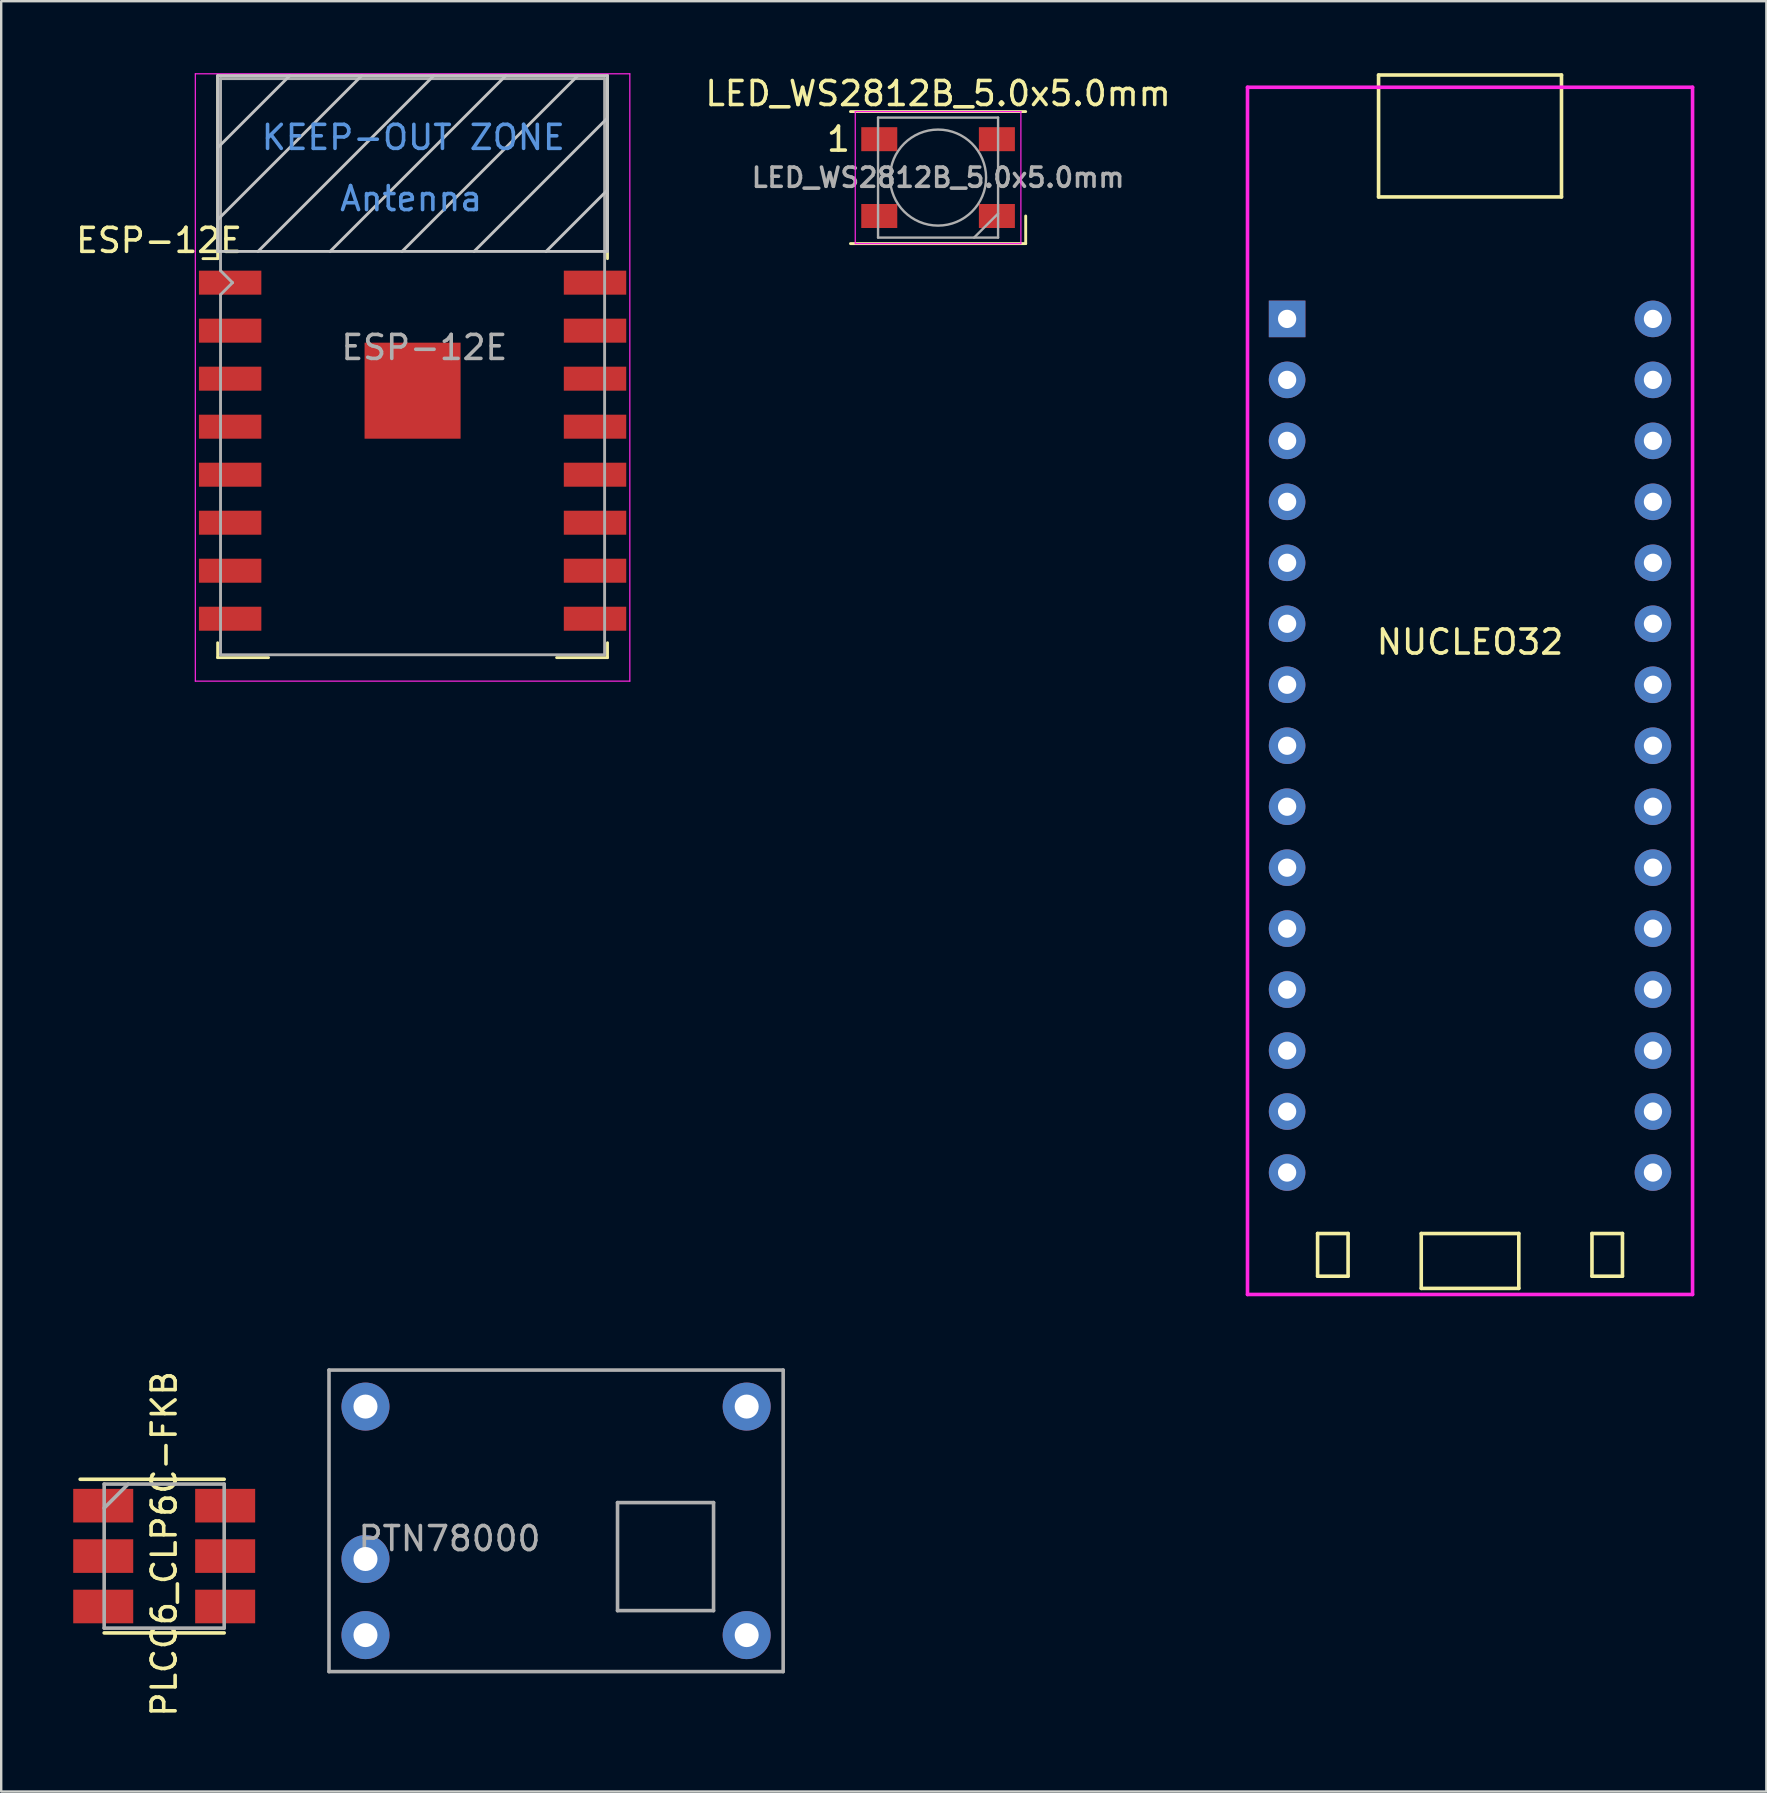
<source format=kicad_pcb>
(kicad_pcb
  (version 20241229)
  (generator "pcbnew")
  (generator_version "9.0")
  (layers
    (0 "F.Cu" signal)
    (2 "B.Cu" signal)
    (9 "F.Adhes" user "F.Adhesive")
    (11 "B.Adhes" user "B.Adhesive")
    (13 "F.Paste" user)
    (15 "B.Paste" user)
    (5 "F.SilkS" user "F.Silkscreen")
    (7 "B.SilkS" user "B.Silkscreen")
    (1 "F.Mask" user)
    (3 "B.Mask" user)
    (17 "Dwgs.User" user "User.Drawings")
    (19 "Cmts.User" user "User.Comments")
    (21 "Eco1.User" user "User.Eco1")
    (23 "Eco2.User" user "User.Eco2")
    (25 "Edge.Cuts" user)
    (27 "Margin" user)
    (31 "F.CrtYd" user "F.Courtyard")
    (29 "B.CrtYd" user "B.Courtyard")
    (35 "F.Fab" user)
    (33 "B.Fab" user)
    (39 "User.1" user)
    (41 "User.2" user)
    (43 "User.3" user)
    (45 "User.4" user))
  (footprint "ESP-12E"
    (layer "F.Cu")
    (at 14.137 12.225)
    (property "Reference" "ESP-12E" (at -10.56 -5.26 0) (layer "F.SilkS") (effects (font (size 1 1) (thickness 0.15))))
    (attr smd)
    (fp_line (start -8.12 -12.12) (end 8.12 -12.12) (stroke (width 0.12) (type solid)) (layer "F.SilkS"))
    (fp_line (start -8.12 -4.5) (end -8.73 -4.5) (stroke (width 0.12) (type solid)) (layer "F.SilkS"))
    (fp_line (start -8.12 -4.5) (end -8.12 -12.12) (stroke (width 0.12) (type solid)) (layer "F.SilkS"))
    (fp_line (start -8.12 12.12) (end -8.12 11.5) (stroke (width 0.12) (type solid)) (layer "F.SilkS"))
    (fp_line (start -6 12.12) (end -8.12 12.12) (stroke (width 0.12) (type solid)) (layer "F.SilkS"))
    (fp_line (start 8.12 -12.12) (end 8.12 -4.5) (stroke (width 0.12) (type solid)) (layer "F.SilkS"))
    (fp_line (start 8.12 11.5) (end 8.12 12.12) (stroke (width 0.12) (type solid)) (layer "F.SilkS"))
    (fp_line (start 8.12 12.12) (end 6 12.12) (stroke (width 0.12) (type solid)) (layer "F.SilkS"))
    (fp_line (start -8.12 -12.12) (end 8.12 -12.12) (stroke (width 0.12) (type solid)) (layer "Dwgs.User"))
    (fp_line (start -8.12 -9.12) (end -5.12 -12.12) (stroke (width 0.12) (type solid)) (layer "Dwgs.User"))
    (fp_line (start -8.12 -6.12) (end -2.12 -12.12) (stroke (width 0.12) (type solid)) (layer "Dwgs.User"))
    (fp_line (start -8.12 -4.8) (end -8.12 -12.12) (stroke (width 0.12) (type solid)) (layer "Dwgs.User"))
    (fp_line (start -6.44 -4.8) (end 0.88 -12.12) (stroke (width 0.12) (type solid)) (layer "Dwgs.User"))
    (fp_line (start -3.44 -4.8) (end 3.88 -12.12) (stroke (width 0.12) (type solid)) (layer "Dwgs.User"))
    (fp_line (start -0.44 -4.8) (end 6.88 -12.12) (stroke (width 0.12) (type solid)) (layer "Dwgs.User"))
    (fp_line (start 2.56 -4.8) (end 8.12 -10.36) (stroke (width 0.12) (type solid)) (layer "Dwgs.User"))
    (fp_line (start 5.56 -4.8) (end 8.12 -7.36) (stroke (width 0.12) (type solid)) (layer "Dwgs.User"))
    (fp_line (start 8.12 -12.12) (end 8.12 -4.8) (stroke (width 0.12) (type solid)) (layer "Dwgs.User"))
    (fp_line (start 8.12 -4.8) (end -8.12 -4.8) (stroke (width 0.12) (type solid)) (layer "Dwgs.User"))
    (fp_line (start -9.05 -12.2) (end 9.05 -12.2) (stroke (width 0.05) (type solid)) (layer "F.CrtYd"))
    (fp_line (start -9.05 13.1) (end -9.05 -12.2) (stroke (width 0.05) (type solid)) (layer "F.CrtYd"))
    (fp_line (start 9.05 -12.2) (end 9.05 13.1) (stroke (width 0.05) (type solid)) (layer "F.CrtYd"))
    (fp_line (start 9.05 13.1) (end -9.05 13.1) (stroke (width 0.05) (type solid)) (layer "F.CrtYd"))
    (fp_line (start -8 -12) (end 8 -12) (stroke (width 0.12) (type solid)) (layer "F.Fab"))
    (fp_line (start -8 -4) (end -8 -12) (stroke (width 0.12) (type solid)) (layer "F.Fab"))
    (fp_line (start -8 -3) (end -7.5 -3.5) (stroke (width 0.12) (type solid)) (layer "F.Fab"))
    (fp_line (start -8 12) (end -8 -3) (stroke (width 0.12) (type solid)) (layer "F.Fab"))
    (fp_line (start -7.5 -3.5) (end -8 -4) (stroke (width 0.12) (type solid)) (layer "F.Fab"))
    (fp_line (start 8 -12) (end 8 12) (stroke (width 0.12) (type solid)) (layer "F.Fab"))
    (fp_line (start 8 12) (end -8 12) (stroke (width 0.12) (type solid)) (layer "F.Fab"))
    (fp_text user "KEEP-OUT ZONE" (at 0.03 -9.55 180) (layer "Cmts.User") (effects (font (size 1 1) (thickness 0.15))))
    (fp_text user "Antenna" (at -0.06 -7 180) (layer "Cmts.User") (effects (font (size 1 1) (thickness 0.15))))
    (fp_text user "${REFERENCE}" (at 0.49 -0.8 0) (layer "F.Fab") (effects (font (size 1 1) (thickness 0.15))))
    (pad "1" smd rect (at -7.6 -3.5) (size 2.6 1) (layers "F.Cu" "F.Mask" "F.Paste"))
    (pad "2" smd rect (at -7.6 -1.5) (size 2.6 1) (layers "F.Cu" "F.Mask" "F.Paste"))
    (pad "3" smd rect (at -7.6 0.5) (size 2.6 1) (layers "F.Cu" "F.Mask" "F.Paste"))
    (pad "4" smd rect (at -7.6 2.5) (size 2.6 1) (layers "F.Cu" "F.Mask" "F.Paste"))
    (pad "5" smd rect (at -7.6 4.5) (size 2.6 1) (layers "F.Cu" "F.Mask" "F.Paste"))
    (pad "6" smd rect (at -7.6 6.5) (size 2.6 1) (layers "F.Cu" "F.Mask" "F.Paste"))
    (pad "7" smd rect (at -7.6 8.5) (size 2.6 1) (layers "F.Cu" "F.Mask" "F.Paste"))
    (pad "8" smd rect (at -7.6 10.5) (size 2.6 1) (layers "F.Cu" "F.Mask" "F.Paste"))
    (pad "9" smd rect (at 7.6 10.5) (size 2.6 1) (layers "F.Cu" "F.Mask" "F.Paste"))
    (pad "10" smd rect (at 7.6 8.5) (size 2.6 1) (layers "F.Cu" "F.Mask" "F.Paste"))
    (pad "11" smd rect (at 7.6 6.5) (size 2.6 1) (layers "F.Cu" "F.Mask" "F.Paste"))
    (pad "12" smd rect (at 7.6 4.5) (size 2.6 1) (layers "F.Cu" "F.Mask" "F.Paste"))
    (pad "13" smd rect (at 7.6 2.5) (size 2.6 1) (layers "F.Cu" "F.Mask" "F.Paste"))
    (pad "14" smd rect (at 7.6 0.5) (size 2.6 1) (layers "F.Cu" "F.Mask" "F.Paste"))
    (pad "15" smd rect (at 7.6 -1.5) (size 2.6 1) (layers "F.Cu" "F.Mask" "F.Paste"))
    (pad "16" smd rect (at 7.6 -3.5) (size 2.6 1) (layers "F.Cu" "F.Mask" "F.Paste"))
    (pad "17" smd rect (at 0 1) (size 4 4) (layers "F.Cu" "F.Mask" "F.Paste")))
  (footprint "NUCLEO32"
    (layer "F.Cu")
    (at 58.188 28.015)
    (property "Reference" "NUCLEO32" (at 0 -4.318 0) (layer "F.SilkS") (effects (font (size 1 1) (thickness 0.15))))
    (attr through_hole)
    (fp_line (start -6.35 20.32) (end -6.35 22.098) (stroke (width 0.15) (type solid)) (layer "F.SilkS"))
    (fp_line (start -6.35 22.098) (end -5.08 22.098) (stroke (width 0.15) (type solid)) (layer "F.SilkS"))
    (fp_line (start -5.08 20.32) (end -6.35 20.32) (stroke (width 0.15) (type solid)) (layer "F.SilkS"))
    (fp_line (start -5.08 22.098) (end -5.08 20.32) (stroke (width 0.15) (type solid)) (layer "F.SilkS"))
    (fp_line (start -3.81 -27.94) (end 3.81 -27.94) (stroke (width 0.15) (type solid)) (layer "F.SilkS"))
    (fp_line (start -3.81 -22.86) (end -3.81 -27.94) (stroke (width 0.15) (type solid)) (layer "F.SilkS"))
    (fp_line (start -2.032 20.32) (end 2.032 20.32) (stroke (width 0.15) (type solid)) (layer "F.SilkS"))
    (fp_line (start -2.032 22.606) (end -2.032 20.32) (stroke (width 0.15) (type solid)) (layer "F.SilkS"))
    (fp_line (start 2.032 20.32) (end 2.032 22.606) (stroke (width 0.15) (type solid)) (layer "F.SilkS"))
    (fp_line (start 2.032 22.606) (end -2.032 22.606) (stroke (width 0.15) (type solid)) (layer "F.SilkS"))
    (fp_line (start 3.81 -27.94) (end 3.81 -22.86) (stroke (width 0.15) (type solid)) (layer "F.SilkS"))
    (fp_line (start 3.81 -22.86) (end -3.81 -22.86) (stroke (width 0.15) (type solid)) (layer "F.SilkS"))
    (fp_line (start 5.08 20.32) (end 5.08 22.098) (stroke (width 0.15) (type solid)) (layer "F.SilkS"))
    (fp_line (start 5.08 22.098) (end 6.35 22.098) (stroke (width 0.15) (type solid)) (layer "F.SilkS"))
    (fp_line (start 6.35 20.32) (end 5.08 20.32) (stroke (width 0.15) (type solid)) (layer "F.SilkS"))
    (fp_line (start 6.35 22.098) (end 6.35 20.32) (stroke (width 0.15) (type solid)) (layer "F.SilkS"))
    (fp_line (start -9.27 -27.43) (end -9.27 22.86) (stroke (width 0.15) (type solid)) (layer "F.CrtYd"))
    (fp_line (start -9.27 22.86) (end 9.27 22.86) (stroke (width 0.15) (type solid)) (layer "F.CrtYd"))
    (fp_line (start 9.27 -27.43) (end -9.27 -27.43) (stroke (width 0.15) (type solid)) (layer "F.CrtYd"))
    (fp_line (start 9.27 22.86) (end 9.27 -27.43) (stroke (width 0.15) (type solid)) (layer "F.CrtYd"))
    (pad "1" thru_hole rect (at -7.62 -17.78) (size 1.524 1.524) (drill 0.762) (layers "*.Cu" "*.Mask"))
    (pad "2" thru_hole circle (at -7.62 -15.24) (size 1.524 1.524) (drill 0.762) (layers "*.Cu" "*.Mask"))
    (pad "3" thru_hole circle (at -7.62 -12.7) (size 1.524 1.524) (drill 0.762) (layers "*.Cu" "*.Mask"))
    (pad "4" thru_hole circle (at -7.62 -10.16) (size 1.524 1.524) (drill 0.762) (layers "*.Cu" "*.Mask"))
    (pad "5" thru_hole circle (at -7.62 -7.62) (size 1.524 1.524) (drill 0.762) (layers "*.Cu" "*.Mask"))
    (pad "6" thru_hole circle (at -7.62 -5.08) (size 1.524 1.524) (drill 0.762) (layers "*.Cu" "*.Mask"))
    (pad "7" thru_hole circle (at -7.62 -2.54) (size 1.524 1.524) (drill 0.762) (layers "*.Cu" "*.Mask"))
    (pad "8" thru_hole circle (at -7.62 0) (size 1.524 1.524) (drill 0.762) (layers "*.Cu" "*.Mask"))
    (pad "9" thru_hole circle (at -7.62 2.54) (size 1.524 1.524) (drill 0.762) (layers "*.Cu" "*.Mask"))
    (pad "10" thru_hole circle (at -7.62 5.08) (size 1.524 1.524) (drill 0.762) (layers "*.Cu" "*.Mask"))
    (pad "11" thru_hole circle (at -7.62 7.62) (size 1.524 1.524) (drill 0.762) (layers "*.Cu" "*.Mask"))
    (pad "12" thru_hole circle (at -7.62 10.16) (size 1.524 1.524) (drill 0.762) (layers "*.Cu" "*.Mask"))
    (pad "13" thru_hole circle (at -7.62 12.7) (size 1.524 1.524) (drill 0.762) (layers "*.Cu" "*.Mask"))
    (pad "14" thru_hole circle (at -7.62 15.24) (size 1.524 1.524) (drill 0.762) (layers "*.Cu" "*.Mask"))
    (pad "15" thru_hole circle (at -7.62 17.78) (size 1.524 1.524) (drill 0.762) (layers "*.Cu" "*.Mask"))
    (pad "16" thru_hole circle (at 7.62 17.78) (size 1.524 1.524) (drill 0.762) (layers "*.Cu" "*.Mask"))
    (pad "17" thru_hole circle (at 7.62 15.24) (size 1.524 1.524) (drill 0.762) (layers "*.Cu" "*.Mask"))
    (pad "18" thru_hole circle (at 7.62 12.7) (size 1.524 1.524) (drill 0.762) (layers "*.Cu" "*.Mask"))
    (pad "19" thru_hole circle (at 7.62 10.16) (size 1.524 1.524) (drill 0.762) (layers "*.Cu" "*.Mask"))
    (pad "20" thru_hole circle (at 7.62 7.62) (size 1.524 1.524) (drill 0.762) (layers "*.Cu" "*.Mask"))
    (pad "21" thru_hole circle (at 7.62 5.08) (size 1.524 1.524) (drill 0.762) (layers "*.Cu" "*.Mask"))
    (pad "22" thru_hole circle (at 7.62 2.54) (size 1.524 1.524) (drill 0.762) (layers "*.Cu" "*.Mask"))
    (pad "23" thru_hole circle (at 7.62 0) (size 1.524 1.524) (drill 0.762) (layers "*.Cu" "*.Mask"))
    (pad "24" thru_hole circle (at 7.62 -2.54) (size 1.524 1.524) (drill 0.762) (layers "*.Cu" "*.Mask"))
    (pad "25" thru_hole circle (at 7.62 -5.08) (size 1.524 1.524) (drill 0.762) (layers "*.Cu" "*.Mask"))
    (pad "26" thru_hole circle (at 7.62 -7.62) (size 1.524 1.524) (drill 0.762) (layers "*.Cu" "*.Mask"))
    (pad "27" thru_hole circle (at 7.62 -10.16) (size 1.524 1.524) (drill 0.762) (layers "*.Cu" "*.Mask"))
    (pad "28" thru_hole circle (at 7.62 -12.7) (size 1.524 1.524) (drill 0.762) (layers "*.Cu" "*.Mask"))
    (pad "29" thru_hole circle (at 7.62 -15.24) (size 1.524 1.524) (drill 0.762) (layers "*.Cu" "*.Mask"))
    (pad "30" thru_hole circle (at 7.62 -17.78) (size 1.524 1.524) (drill 0.762) (layers "*.Cu" "*.Mask")))
  (footprint "PTN78000"
    (layer "F.Cu")
    (at 12.175 55.545)
    (property "Reference" "PTN78000" (at 3.5 5.5 0) (layer "F.Fab") (effects (font (size 1 1) (thickness 0.15))))
    (attr through_hole)
    (fp_line (start -1.52 -1.52) (end 17.4 -1.52) (stroke (width 0.15) (type solid)) (layer "F.Fab"))
    (fp_line (start -1.52 11.04) (end -1.52 -1.52) (stroke (width 0.15) (type solid)) (layer "F.Fab"))
    (fp_line (start 10.5 4) (end 14.5 4) (stroke (width 0.15) (type solid)) (layer "F.Fab"))
    (fp_line (start 10.5 8.5) (end 10.5 4) (stroke (width 0.15) (type solid)) (layer "F.Fab"))
    (fp_line (start 14.5 4) (end 14.5 8.5) (stroke (width 0.15) (type solid)) (layer "F.Fab"))
    (fp_line (start 14.5 8.5) (end 10.5 8.5) (stroke (width 0.15) (type solid)) (layer "F.Fab"))
    (fp_line (start 17.4 -1.52) (end 17.4 11.04) (stroke (width 0.15) (type solid)) (layer "F.Fab"))
    (fp_line (start 17.4 11.04) (end -1.52 11.04) (stroke (width 0.15) (type solid)) (layer "F.Fab"))
    (pad "1" thru_hole circle (at 0 0) (size 2 2) (drill 1) (layers "*.Cu" "*.Mask"))
    (pad "2" thru_hole circle (at 0 6.35) (size 2 2) (drill 1) (layers "*.Cu" "*.Mask"))
    (pad "3" thru_hole circle (at 0 9.52) (size 2 2) (drill 1) (layers "*.Cu" "*.Mask"))
    (pad "4" thru_hole circle (at 15.88 9.52) (size 2 2) (drill 1) (layers "*.Cu" "*.Mask"))
    (pad "5" thru_hole circle (at 15.88 0) (size 2 2) (drill 1) (layers "*.Cu" "*.Mask")))
  (footprint "LED_WS2812B_5.0x5.0mm"
    (layer "F.Cu")
    (at 36.028 4.348)
    (property "Reference" "LED_WS2812B_5.0x5.0mm" (at 0 -3.5 0) (layer "F.SilkS") (effects (font (size 1 1) (thickness 0.15))))
    (attr smd)
    (fp_line (start -3.65 -2.75) (end 3.65 -2.75) (stroke (width 0.12) (type solid)) (layer "F.SilkS"))
    (fp_line (start -3.65 2.75) (end 3.65 2.75) (stroke (width 0.12) (type solid)) (layer "F.SilkS"))
    (fp_line (start 3.65 2.75) (end 3.65 1.6) (stroke (width 0.12) (type solid)) (layer "F.SilkS"))
    (fp_line (start -3.45 -2.75) (end -3.45 2.75) (stroke (width 0.05) (type solid)) (layer "F.CrtYd"))
    (fp_line (start -3.45 2.75) (end 3.45 2.75) (stroke (width 0.05) (type solid)) (layer "F.CrtYd"))
    (fp_line (start 3.45 -2.75) (end -3.45 -2.75) (stroke (width 0.05) (type solid)) (layer "F.CrtYd"))
    (fp_line (start 3.45 2.75) (end 3.45 -2.75) (stroke (width 0.05) (type solid)) (layer "F.CrtYd"))
    (fp_line (start -2.5 -2.5) (end -2.5 2.5) (stroke (width 0.1) (type solid)) (layer "F.Fab"))
    (fp_line (start -2.5 2.5) (end 2.5 2.5) (stroke (width 0.1) (type solid)) (layer "F.Fab"))
    (fp_line (start 2.5 -2.5) (end -2.5 -2.5) (stroke (width 0.1) (type solid)) (layer "F.Fab"))
    (fp_line (start 2.5 1.5) (end 1.5 2.5) (stroke (width 0.1) (type solid)) (layer "F.Fab"))
    (fp_line (start 2.5 2.5) (end 2.5 -2.5) (stroke (width 0.1) (type solid)) (layer "F.Fab"))
    (fp_circle (center 0 0) (end 0 -2) (stroke (width 0.1) (type solid)) (fill no) (layer "F.Fab"))
    (fp_text user "1" (at -4.15 -1.6 0) (layer "F.SilkS") (effects (font (size 1 1) (thickness 0.15))))
    (fp_text user "${REFERENCE}" (at 0 0 0) (layer "F.Fab") (effects (font (size 0.8 0.8) (thickness 0.15))))
    (pad "1" smd rect (at -2.45 -1.6) (size 1.5 1) (layers "F.Cu" "F.Mask" "F.Paste"))
    (pad "2" smd rect (at -2.45 1.6) (size 1.5 1) (layers "F.Cu" "F.Mask" "F.Paste"))
    (pad "3" smd rect (at 2.45 1.6) (size 1.5 1) (layers "F.Cu" "F.Mask" "F.Paste"))
    (pad "4" smd rect (at 2.45 -1.6) (size 1.5 1) (layers "F.Cu" "F.Mask" "F.Paste")))
  (footprint "PLCC6_CLP6C-FKB"
    (layer "F.Cu")
    (at 3.79 61.773)
    (property "Reference" "PLCC6_CLP6C-FKB" (at 0 -0.508 90) (layer "F.SilkS") (effects (font (size 1 1) (thickness 0.15))))
    (attr through_hole)
    (fp_line (start -3.5 -3.2) (end 2.5 -3.2) (stroke (width 0.15) (type solid)) (layer "F.SilkS"))
    (fp_line (start -2.5 3.2) (end 2.5 3.2) (stroke (width 0.15) (type solid)) (layer "F.SilkS"))
    (fp_line (start -2.5 -3) (end -2.5 3) (stroke (width 0.15) (type solid)) (layer "F.Fab"))
    (fp_line (start -2.5 -2) (end -1.5 -3) (stroke (width 0.15) (type solid)) (layer "F.Fab"))
    (fp_line (start -2.5 3) (end 2.5 3) (stroke (width 0.15) (type solid)) (layer "F.Fab"))
    (fp_line (start 2.5 -3) (end -2.5 -3) (stroke (width 0.15) (type solid)) (layer "F.Fab"))
    (fp_line (start 2.5 3) (end 2.5 -3) (stroke (width 0.15) (type solid)) (layer "F.Fab"))
    (pad "1" smd rect (at -2.54 -2.1) (size 2.5 1.4) (layers "F.Cu" "F.Mask" "F.Paste"))
    (pad "2" smd rect (at -2.54 0) (size 2.5 1.4) (layers "F.Cu" "F.Mask" "F.Paste"))
    (pad "3" smd rect (at -2.54 2.1) (size 2.5 1.4) (layers "F.Cu" "F.Mask" "F.Paste"))
    (pad "4" smd rect (at 2.54 2.1) (size 2.5 1.4) (layers "F.Cu" "F.Mask" "F.Paste"))
    (pad "5" smd rect (at 2.54 0) (size 2.5 1.4) (layers "F.Cu" "F.Mask" "F.Paste"))
    (pad "6" smd rect (at 2.54 -2.1) (size 2.5 1.4) (layers "F.Cu" "F.Mask" "F.Paste")))
  (gr_rect
    (start -3 -3)
    (end 70.533 71.581)
    (stroke (width 0.1) (type default))
    (fill no)
    (layer "Edge.Cuts")))
</source>
